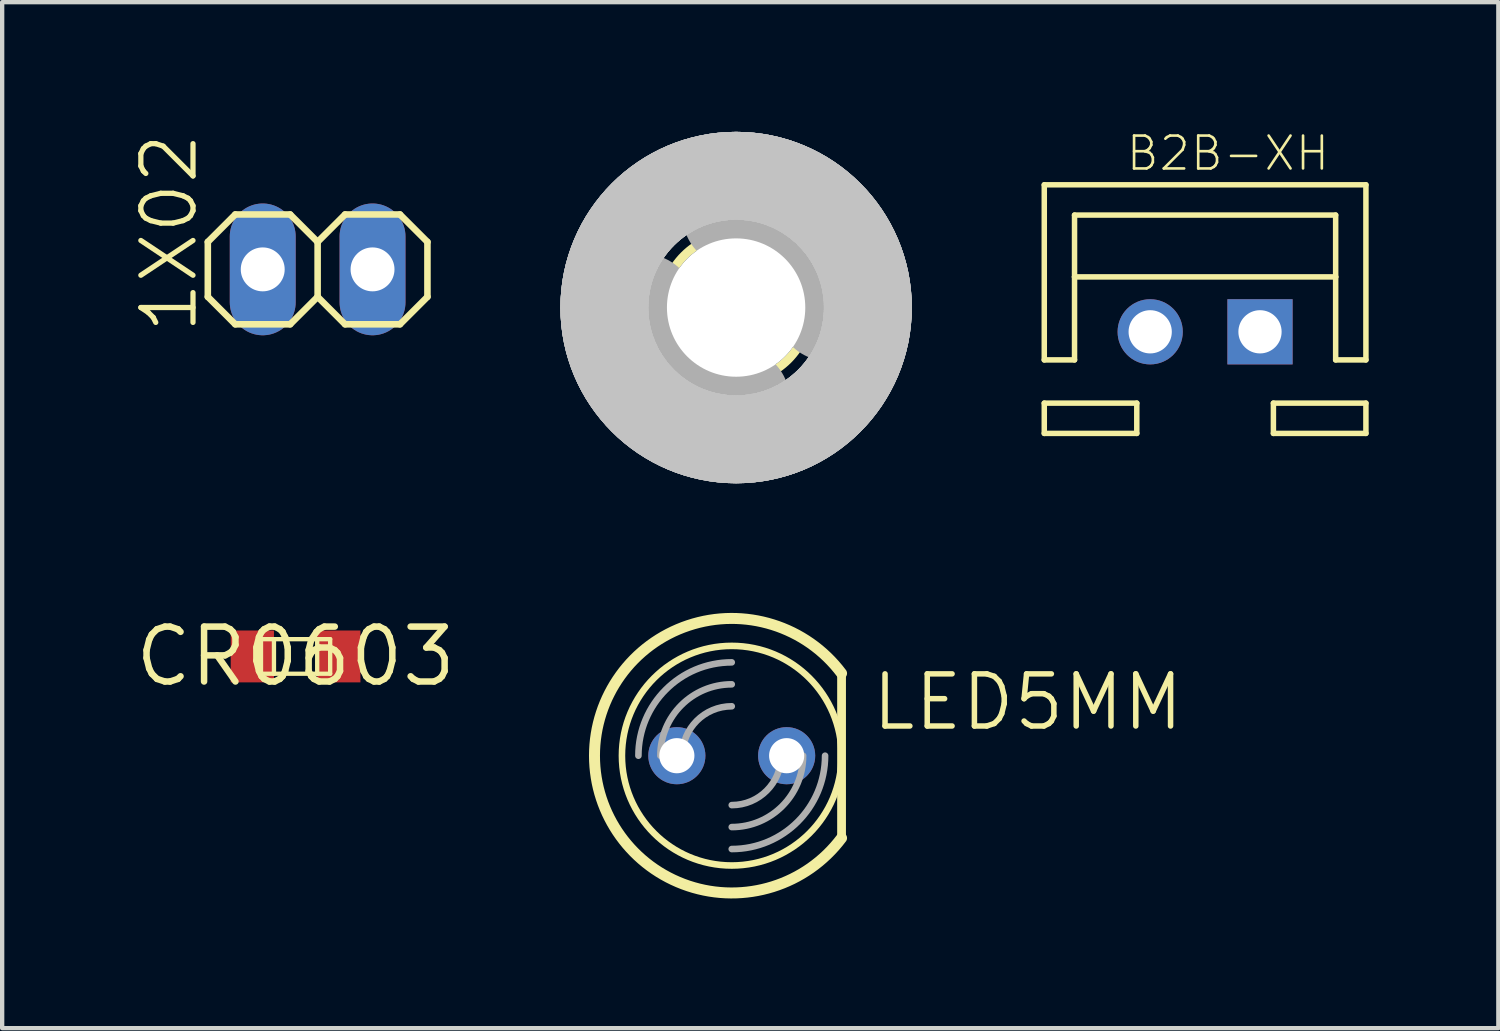
<source format=kicad_pcb>
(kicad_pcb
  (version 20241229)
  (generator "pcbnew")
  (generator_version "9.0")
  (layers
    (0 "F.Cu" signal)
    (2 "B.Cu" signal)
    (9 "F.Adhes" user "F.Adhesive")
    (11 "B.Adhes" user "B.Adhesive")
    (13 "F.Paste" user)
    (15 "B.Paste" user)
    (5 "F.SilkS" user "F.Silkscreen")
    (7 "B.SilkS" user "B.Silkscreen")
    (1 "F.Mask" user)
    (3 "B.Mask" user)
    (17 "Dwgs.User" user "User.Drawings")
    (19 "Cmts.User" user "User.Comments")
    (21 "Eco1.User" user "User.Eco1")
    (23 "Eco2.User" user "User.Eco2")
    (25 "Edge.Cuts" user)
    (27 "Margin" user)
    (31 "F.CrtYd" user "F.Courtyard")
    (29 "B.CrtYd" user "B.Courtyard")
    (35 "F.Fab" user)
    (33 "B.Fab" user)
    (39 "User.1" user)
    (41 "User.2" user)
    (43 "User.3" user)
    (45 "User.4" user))
  (footprint "LED5MM"
    (layer "F.Cu")
    (at 13.876 14.43)
    (property "Reference" "LED5MM" (at 3.175 -0.533 0) (layer "F.SilkS") (effects (font (size 1.206 1.206) (thickness 0.127)) (justify left bottom)))
    (attr through_hole)
    (fp_line (start 2.54 1.905) (end 2.54 -1.905) (stroke (width 0.203) (type solid)) (layer "F.SilkS"))
    (fp_arc (start 2.54 1.905) (mid -3.175 0) (end 2.54 -1.905) (stroke (width 0.254) (type solid)) (layer "F.SilkS"))
    (fp_circle (center 0 0) (end 2.54 0) (stroke (width 0.152) (type solid)) (fill no) (layer "F.SilkS"))
    (fp_arc (start -2.159 0) (mid -1.526644 -1.526644) (end 0 -2.159) (stroke (width 0.1524) (type solid)) (layer "F.Fab"))
    (fp_arc (start -1.651 0) (mid -1.167433 -1.167433) (end 0 -1.651) (stroke (width 0.1524) (type solid)) (layer "F.Fab"))
    (fp_arc (start -1.143 0) (mid -0.808223 -0.808223) (end 0 -1.143) (stroke (width 0.1524) (type solid)) (layer "F.Fab"))
    (fp_arc (start 1.143 0) (mid 0.808223 0.808223) (end 0 1.143) (stroke (width 0.1524) (type solid)) (layer "F.Fab"))
    (fp_arc (start 1.651 0) (mid 1.167433 1.167433) (end 0 1.651) (stroke (width 0.1524) (type solid)) (layer "F.Fab"))
    (fp_arc (start 2.159 0) (mid 1.526644 1.526644) (end 0 2.159) (stroke (width 0.1524) (type solid)) (layer "F.Fab"))
    (pad "A" thru_hole circle (at -1.27 0) (size 1.321 1.321) (drill 0.813) (layers "*.Cu" "*.Mask"))
    (pad "K" thru_hole circle (at 1.27 0) (size 1.321 1.321) (drill 0.813) (layers "*.Cu" "*.Mask")))
  (footprint "B2B-XH"
    (layer "F.Cu")
    (at 24.825 4.625)
    (property "Reference" "B2B-XH" (at -1.864 -3.683 0) (layer "F.SilkS") (effects (font (size 0.76 0.76) (thickness 0.061)) (justify left bottom)))
    (attr through_hole)
    (fp_line (start -3.72 -3.4) (end 3.72 -3.4) (stroke (width 0.127) (type solid)) (layer "F.SilkS"))
    (fp_line (start -3.72 0.65) (end -3.72 -3.4) (stroke (width 0.127) (type solid)) (layer "F.SilkS"))
    (fp_line (start -3.72 0.65) (end -3.02 0.65) (stroke (width 0.127) (type solid)) (layer "F.SilkS"))
    (fp_line (start -3.72 2.35) (end -3.72 1.65) (stroke (width 0.127) (type solid)) (layer "F.SilkS"))
    (fp_line (start -3.02 -2.7) (end 3.02 -2.7) (stroke (width 0.127) (type solid)) (layer "F.SilkS"))
    (fp_line (start -3.02 -1.27) (end -3.02 -2.7) (stroke (width 0.127) (type solid)) (layer "F.SilkS"))
    (fp_line (start -3.02 -1.27) (end 3.02 -1.27) (stroke (width 0.127) (type solid)) (layer "F.SilkS"))
    (fp_line (start -3.02 0.65) (end -3.02 -1.27) (stroke (width 0.127) (type solid)) (layer "F.SilkS"))
    (fp_line (start -1.58 1.65) (end -3.72 1.65) (stroke (width 0.127) (type solid)) (layer "F.SilkS"))
    (fp_line (start -1.58 1.65) (end -1.58 2.35) (stroke (width 0.127) (type solid)) (layer "F.SilkS"))
    (fp_line (start -1.58 2.35) (end -3.72 2.35) (stroke (width 0.127) (type solid)) (layer "F.SilkS"))
    (fp_line (start 1.58 1.65) (end 1.58 2.35) (stroke (width 0.127) (type solid)) (layer "F.SilkS"))
    (fp_line (start 1.58 1.65) (end 3.72 1.65) (stroke (width 0.127) (type solid)) (layer "F.SilkS"))
    (fp_line (start 1.58 2.35) (end 3.72 2.35) (stroke (width 0.127) (type solid)) (layer "F.SilkS"))
    (fp_line (start 3.02 -2.7) (end 3.02 -1.27) (stroke (width 0.127) (type solid)) (layer "F.SilkS"))
    (fp_line (start 3.02 -1.27) (end 3.02 0.65) (stroke (width 0.127) (type solid)) (layer "F.SilkS"))
    (fp_line (start 3.02 0.65) (end 3.72 0.65) (stroke (width 0.127) (type solid)) (layer "F.SilkS"))
    (fp_line (start 3.72 -3.4) (end 3.72 0.65) (stroke (width 0.127) (type solid)) (layer "F.SilkS"))
    (fp_line (start 3.72 2.35) (end 3.72 1.65) (stroke (width 0.127) (type solid)) (layer "F.SilkS"))
    (pad "1" thru_hole rect (at 1.27 0) (size 1.508 1.508) (drill 1) (layers "*.Cu" "*.Mask"))
    (pad "2" thru_hole circle (at -1.27 0) (size 1.508 1.508) (drill 1) (layers "*.Cu" "*.Mask")))
  (footprint "1X02"
    (layer "F.Cu")
    (at 4.297 3.181)
    (property "Reference" "1X02" (at -2.729 1.536 90) (layer "F.SilkS") (effects (font (size 1.206 1.206) (thickness 0.121)) (justify left bottom)))
    (attr through_hole)
    (fp_line (start -2.54 -0.635) (end -2.54 0.635) (stroke (width 0.152) (type solid)) (layer "F.SilkS"))
    (fp_line (start -2.54 0.635) (end -1.905 1.27) (stroke (width 0.152) (type solid)) (layer "F.SilkS"))
    (fp_line (start -1.905 -1.27) (end -2.54 -0.635) (stroke (width 0.152) (type solid)) (layer "F.SilkS"))
    (fp_line (start -1.905 -1.27) (end -0.635 -1.27) (stroke (width 0.152) (type solid)) (layer "F.SilkS"))
    (fp_line (start -0.635 -1.27) (end 0 -0.635) (stroke (width 0.152) (type solid)) (layer "F.SilkS"))
    (fp_line (start -0.635 1.27) (end -1.905 1.27) (stroke (width 0.152) (type solid)) (layer "F.SilkS"))
    (fp_line (start 0 -0.635) (end 0 0.635) (stroke (width 0.152) (type solid)) (layer "F.SilkS"))
    (fp_line (start 0 -0.635) (end 0.635 -1.27) (stroke (width 0.152) (type solid)) (layer "F.SilkS"))
    (fp_line (start 0 0.635) (end -0.635 1.27) (stroke (width 0.152) (type solid)) (layer "F.SilkS"))
    (fp_line (start 0.635 -1.27) (end 1.905 -1.27) (stroke (width 0.152) (type solid)) (layer "F.SilkS"))
    (fp_line (start 0.635 1.27) (end 0 0.635) (stroke (width 0.152) (type solid)) (layer "F.SilkS"))
    (fp_line (start 1.905 -1.27) (end 2.54 -0.635) (stroke (width 0.152) (type solid)) (layer "F.SilkS"))
    (fp_line (start 1.905 1.27) (end 0.635 1.27) (stroke (width 0.152) (type solid)) (layer "F.SilkS"))
    (fp_line (start 2.54 -0.635) (end 2.54 0.635) (stroke (width 0.152) (type solid)) (layer "F.SilkS"))
    (fp_line (start 2.54 0.635) (end 1.905 1.27) (stroke (width 0.152) (type solid)) (layer "F.SilkS"))
    (fp_poly (pts (xy -1.524 0.254) (xy -1.016 0.254) (xy -1.016 -0.254) (xy -1.524 -0.254)) (stroke (width 0.1) (type solid)) (fill no) (layer "F.Fab"))
    (fp_poly (pts (xy 1.016 0.254) (xy 1.524 0.254) (xy 1.524 -0.254) (xy 1.016 -0.254)) (stroke (width 0.1) (type solid)) (fill no) (layer "F.Fab"))
    (pad "1" thru_hole oval (at -1.27 0 90) (size 3.048 1.524) (drill 1.016) (layers "*.Cu" "*.Mask"))
    (pad "2" thru_hole oval (at 1.27 0 90) (size 3.048 1.524) (drill 1.016) (layers "*.Cu" "*.Mask")))
  (footprint "3,2"
    (layer "F.Cu")
    (at 13.977 4.064)
    (property "Reference" "3,2" (at 0 0 0) (layer "F.SilkS") (effects (font (size 1.27 1.27) (thickness 0.15))))
    (attr through_hole)
    (fp_circle (center 0 0) (end 1.7 0) (stroke (width 0.203) (type solid)) (fill no) (layer "F.SilkS"))
    (fp_circle (center 0 0) (end 3.429 0) (stroke (width 0.152) (type solid)) (fill no) (layer "F.SilkS"))
    (fp_circle (center 0 0) (end 3.048 0) (stroke (width 2.032) (type solid)) (fill no) (layer "Dwgs.User"))
    (fp_circle (center 0 0) (end 3.048 0) (stroke (width 2.032) (type solid)) (fill no) (layer "Dwgs.User"))
    (fp_circle (center 0 0) (end 3.048 0) (stroke (width 2.032) (type solid)) (fill no) (layer "Dwgs.User"))
    (fp_circle (center 0 0) (end 3.048 0) (stroke (width 2.032) (type solid)) (fill no) (layer "Dwgs.User"))
    (fp_circle (center 0 0) (end 3.048 0) (stroke (width 2.032) (type solid)) (fill no) (layer "Dwgs.User"))
    (fp_arc (start 0 -2.159) (mid 1.526644 -1.526644) (end 2.159 0) (stroke (width 2.4892) (type solid)) (layer "F.Fab"))
    (fp_arc (start 0 2.159) (mid -1.526644 1.526644) (end -2.159 0) (stroke (width 2.4892) (type solid)) (layer "F.Fab"))
    (fp_circle (center 0 0) (end 0.762 0) (stroke (width 0.457) (type solid)) (fill no) (layer "F.Fab"))
    (pad "" np_thru_hole circle (at 0 0) (size 3.2 3.2) (drill 3.2) (layers "*.Cu" "*.Mask")))
  (footprint "CR0603"
    (layer "F.Cu")
    (at 3.787 12.134)
    (property "Reference" "CR0603" (at 0 0 0) (layer "F.SilkS") (effects (font (size 1.27 1.27) (thickness 0.15))))
    (attr through_hole)
    (fp_line (start -0.8 -0.4) (end -0.8 0.4) (stroke (width 0.1) (type solid)) (layer "F.SilkS"))
    (fp_line (start -0.8 0.4) (end -0.5 0.4) (stroke (width 0.1) (type solid)) (layer "F.SilkS"))
    (fp_line (start -0.5 -0.4) (end -0.8 -0.4) (stroke (width 0.1) (type solid)) (layer "F.SilkS"))
    (fp_line (start -0.5 -0.4) (end -0.5 0.4) (stroke (width 0.1) (type solid)) (layer "F.SilkS"))
    (fp_line (start -0.5 0.4) (end 0.5 0.4) (stroke (width 0.1) (type solid)) (layer "F.SilkS"))
    (fp_line (start 0.5 -0.4) (end -0.5 -0.4) (stroke (width 0.1) (type solid)) (layer "F.SilkS"))
    (fp_line (start 0.5 -0.4) (end 0.5 0.4) (stroke (width 0.1) (type solid)) (layer "F.SilkS"))
    (fp_line (start 0.5 0.4) (end 0.8 0.4) (stroke (width 0.1) (type solid)) (layer "F.SilkS"))
    (fp_line (start 0.8 -0.4) (end 0.5 -0.4) (stroke (width 0.1) (type solid)) (layer "F.SilkS"))
    (fp_line (start 0.8 0.4) (end 0.8 -0.4) (stroke (width 0.1) (type solid)) (layer "F.SilkS"))
    (pad "LEFT" smd rect (at -1 0) (size 1 1.2) (layers "F.Cu" "F.Mask" "F.Paste"))
    (pad "RIGHT" smd rect (at 1 0) (size 1 1.2) (layers "F.Cu" "F.Mask" "F.Paste")))
  (gr_rect
    (start -3 -3)
    (end 31.608 20.732)
    (stroke (width 0.1) (type default))
    (fill no)
    (layer "Edge.Cuts")))
</source>
